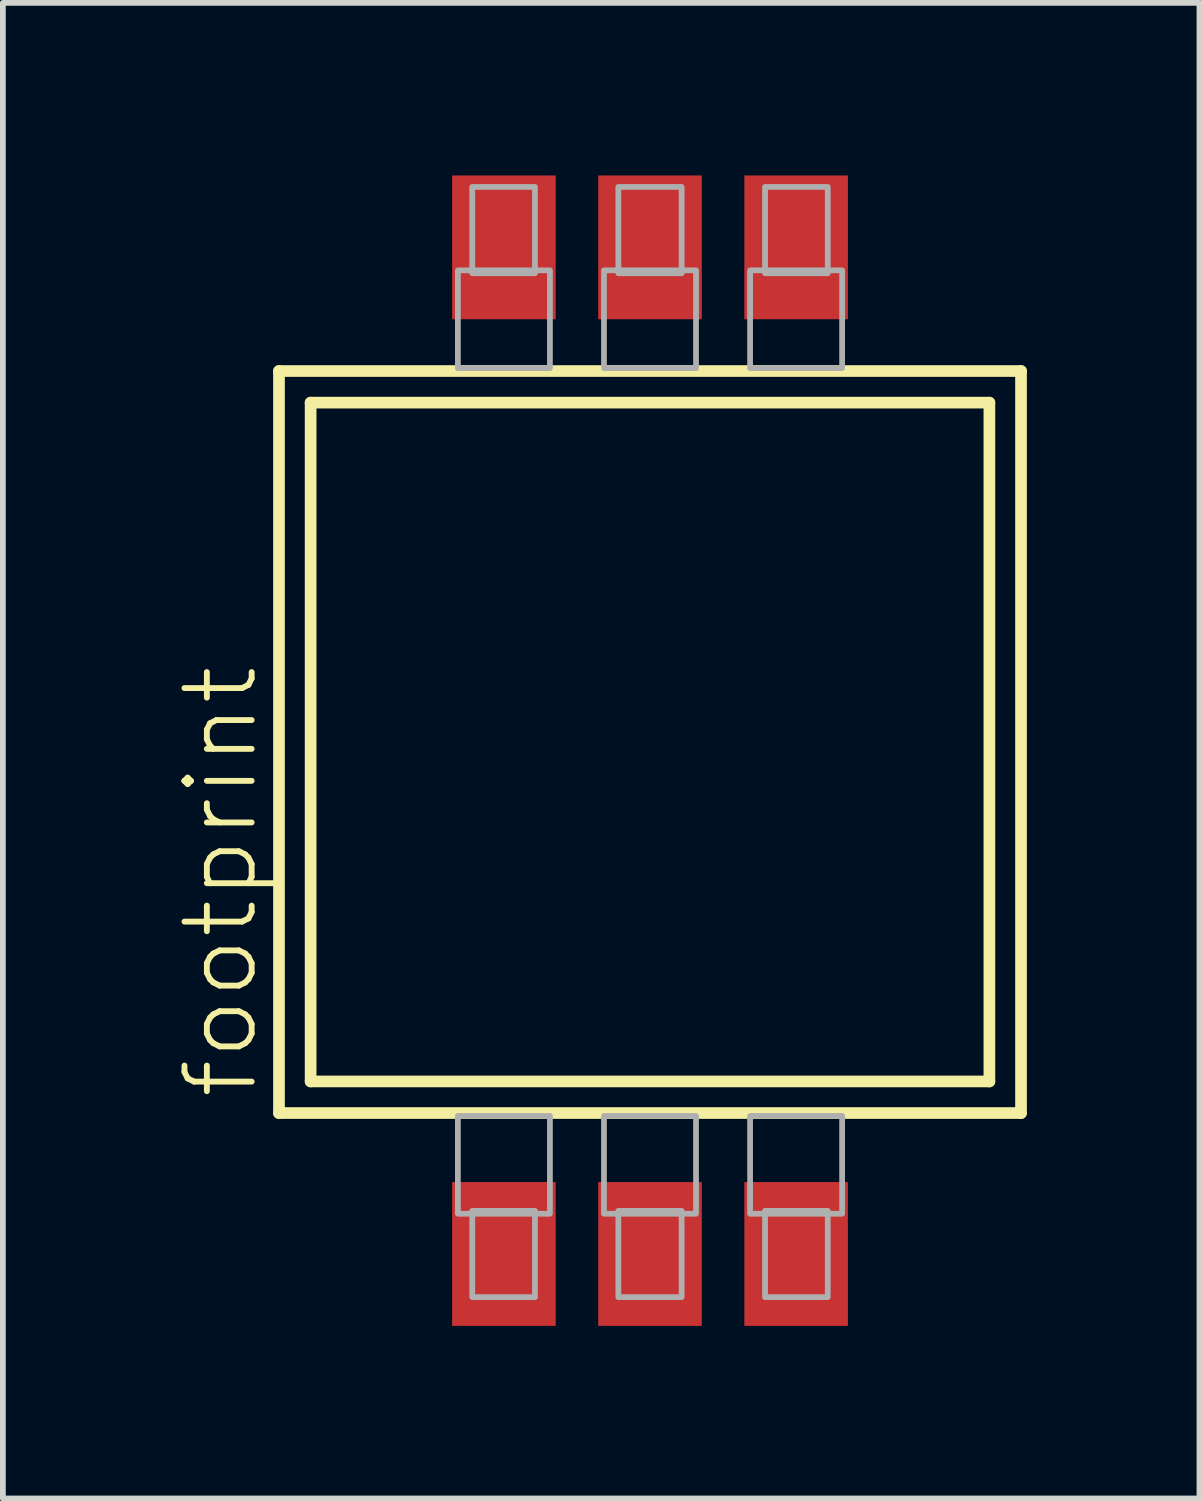
<source format=kicad_pcb>
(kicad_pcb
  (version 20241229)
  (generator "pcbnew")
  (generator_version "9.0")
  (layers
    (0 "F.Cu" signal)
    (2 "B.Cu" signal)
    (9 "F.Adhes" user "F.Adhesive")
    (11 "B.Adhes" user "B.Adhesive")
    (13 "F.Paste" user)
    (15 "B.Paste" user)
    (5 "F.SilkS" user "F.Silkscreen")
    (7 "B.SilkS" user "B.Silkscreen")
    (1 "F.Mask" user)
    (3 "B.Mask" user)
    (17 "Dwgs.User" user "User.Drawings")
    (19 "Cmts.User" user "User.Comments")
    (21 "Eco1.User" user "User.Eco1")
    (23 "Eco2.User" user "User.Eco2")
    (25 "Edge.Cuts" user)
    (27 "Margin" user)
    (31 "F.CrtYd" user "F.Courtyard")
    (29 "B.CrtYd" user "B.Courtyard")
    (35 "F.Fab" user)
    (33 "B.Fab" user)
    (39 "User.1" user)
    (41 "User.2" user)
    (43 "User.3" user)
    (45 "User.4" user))
  (footprint "footprint"
    (layer "F.Cu")
    (at 8.25 9.85)
    (property "Reference" "footprint" (at -6.777 6.248 90) (layer "F.SilkS") (effects (font (size 1.168 1.168) (thickness 0.102)) (justify left bottom)))
    (fp_line (start -6.45 -6.45) (end 6.45 -6.45) (stroke (width 0.203) (type solid)) (layer "F.SilkS"))
    (fp_line (start -6.45 6.45) (end -6.45 -6.45) (stroke (width 0.203) (type solid)) (layer "F.SilkS"))
    (fp_line (start -5.9 -5.9) (end 5.9 -5.9) (stroke (width 0.203) (type solid)) (layer "F.SilkS"))
    (fp_line (start -5.9 5.9) (end -5.9 -5.9) (stroke (width 0.203) (type solid)) (layer "F.SilkS"))
    (fp_line (start 5.9 -5.9) (end 5.9 5.9) (stroke (width 0.203) (type solid)) (layer "F.SilkS"))
    (fp_line (start 5.9 5.9) (end -5.9 5.9) (stroke (width 0.203) (type solid)) (layer "F.SilkS"))
    (fp_line (start 6.45 -6.45) (end 6.45 6.45) (stroke (width 0.203) (type solid)) (layer "F.SilkS"))
    (fp_line (start 6.45 6.45) (end -6.45 6.45) (stroke (width 0.203) (type solid)) (layer "F.SilkS"))
    (fp_poly (pts (xy -3.34 -6.5) (xy -1.74 -6.5) (xy -1.74 -8.2) (xy -3.34 -8.2)) (stroke (width 0.1) (type solid)) (fill no) (layer "F.Fab"))
    (fp_poly (pts (xy -3.34 8.2) (xy -1.74 8.2) (xy -1.74 6.5) (xy -3.34 6.5)) (stroke (width 0.1) (type solid)) (fill no) (layer "F.Fab"))
    (fp_poly (pts (xy -3.09 -8.15) (xy -2 -8.15) (xy -2 -9.65) (xy -3.09 -9.65)) (stroke (width 0.1) (type solid)) (fill no) (layer "F.Fab"))
    (fp_poly (pts (xy -3.09 9.65) (xy -2 9.65) (xy -2 8.15) (xy -3.09 8.15)) (stroke (width 0.1) (type solid)) (fill no) (layer "F.Fab"))
    (fp_poly (pts (xy -0.8 -6.5) (xy 0.8 -6.5) (xy 0.8 -8.2) (xy -0.8 -8.2)) (stroke (width 0.1) (type solid)) (fill no) (layer "F.Fab"))
    (fp_poly (pts (xy -0.8 8.2) (xy 0.8 8.2) (xy 0.8 6.5) (xy -0.8 6.5)) (stroke (width 0.1) (type solid)) (fill no) (layer "F.Fab"))
    (fp_poly (pts (xy -0.55 -8.15) (xy 0.55 -8.15) (xy 0.55 -9.65) (xy -0.55 -9.65)) (stroke (width 0.1) (type solid)) (fill no) (layer "F.Fab"))
    (fp_poly (pts (xy -0.55 9.65) (xy 0.55 9.65) (xy 0.55 8.15) (xy -0.55 8.15)) (stroke (width 0.1) (type solid)) (fill no) (layer "F.Fab"))
    (fp_poly (pts (xy 1.74 -6.5) (xy 3.34 -6.5) (xy 3.34 -8.2) (xy 1.74 -8.2)) (stroke (width 0.1) (type solid)) (fill no) (layer "F.Fab"))
    (fp_poly (pts (xy 1.74 8.2) (xy 3.34 8.2) (xy 3.34 6.5) (xy 1.74 6.5)) (stroke (width 0.1) (type solid)) (fill no) (layer "F.Fab"))
    (fp_poly (pts (xy 2 -8.15) (xy 3.09 -8.15) (xy 3.09 -9.65) (xy 2 -9.65)) (stroke (width 0.1) (type solid)) (fill no) (layer "F.Fab"))
    (fp_poly (pts (xy 2 9.65) (xy 3.09 9.65) (xy 3.09 8.15) (xy 2 8.15)) (stroke (width 0.1) (type solid)) (fill no) (layer "F.Fab"))
    (pad "1" smd rect (at -2.54 -8.6) (size 1.8 2.5) (layers "F.Cu" "F.Mask" "F.Paste"))
    (pad "2" smd rect (at 0 -8.6) (size 1.8 2.5) (layers "F.Cu" "F.Mask" "F.Paste"))
    (pad "3" smd rect (at 2.54 -8.6) (size 1.8 2.5) (layers "F.Cu" "F.Mask" "F.Paste"))
    (pad "4" smd rect (at 2.54 8.9) (size 1.8 2.5) (layers "F.Cu" "F.Mask" "F.Paste"))
    (pad "5" smd rect (at 0 8.9) (size 1.8 2.5) (layers "F.Cu" "F.Mask" "F.Paste"))
    (pad "6" smd rect (at -2.54 8.9) (size 1.8 2.5) (layers "F.Cu" "F.Mask" "F.Paste")))
  (gr_rect
    (start -3 -3)
    (end 17.802 23)
    (stroke (width 0.1) (type default))
    (fill no)
    (layer "Edge.Cuts")))
</source>
